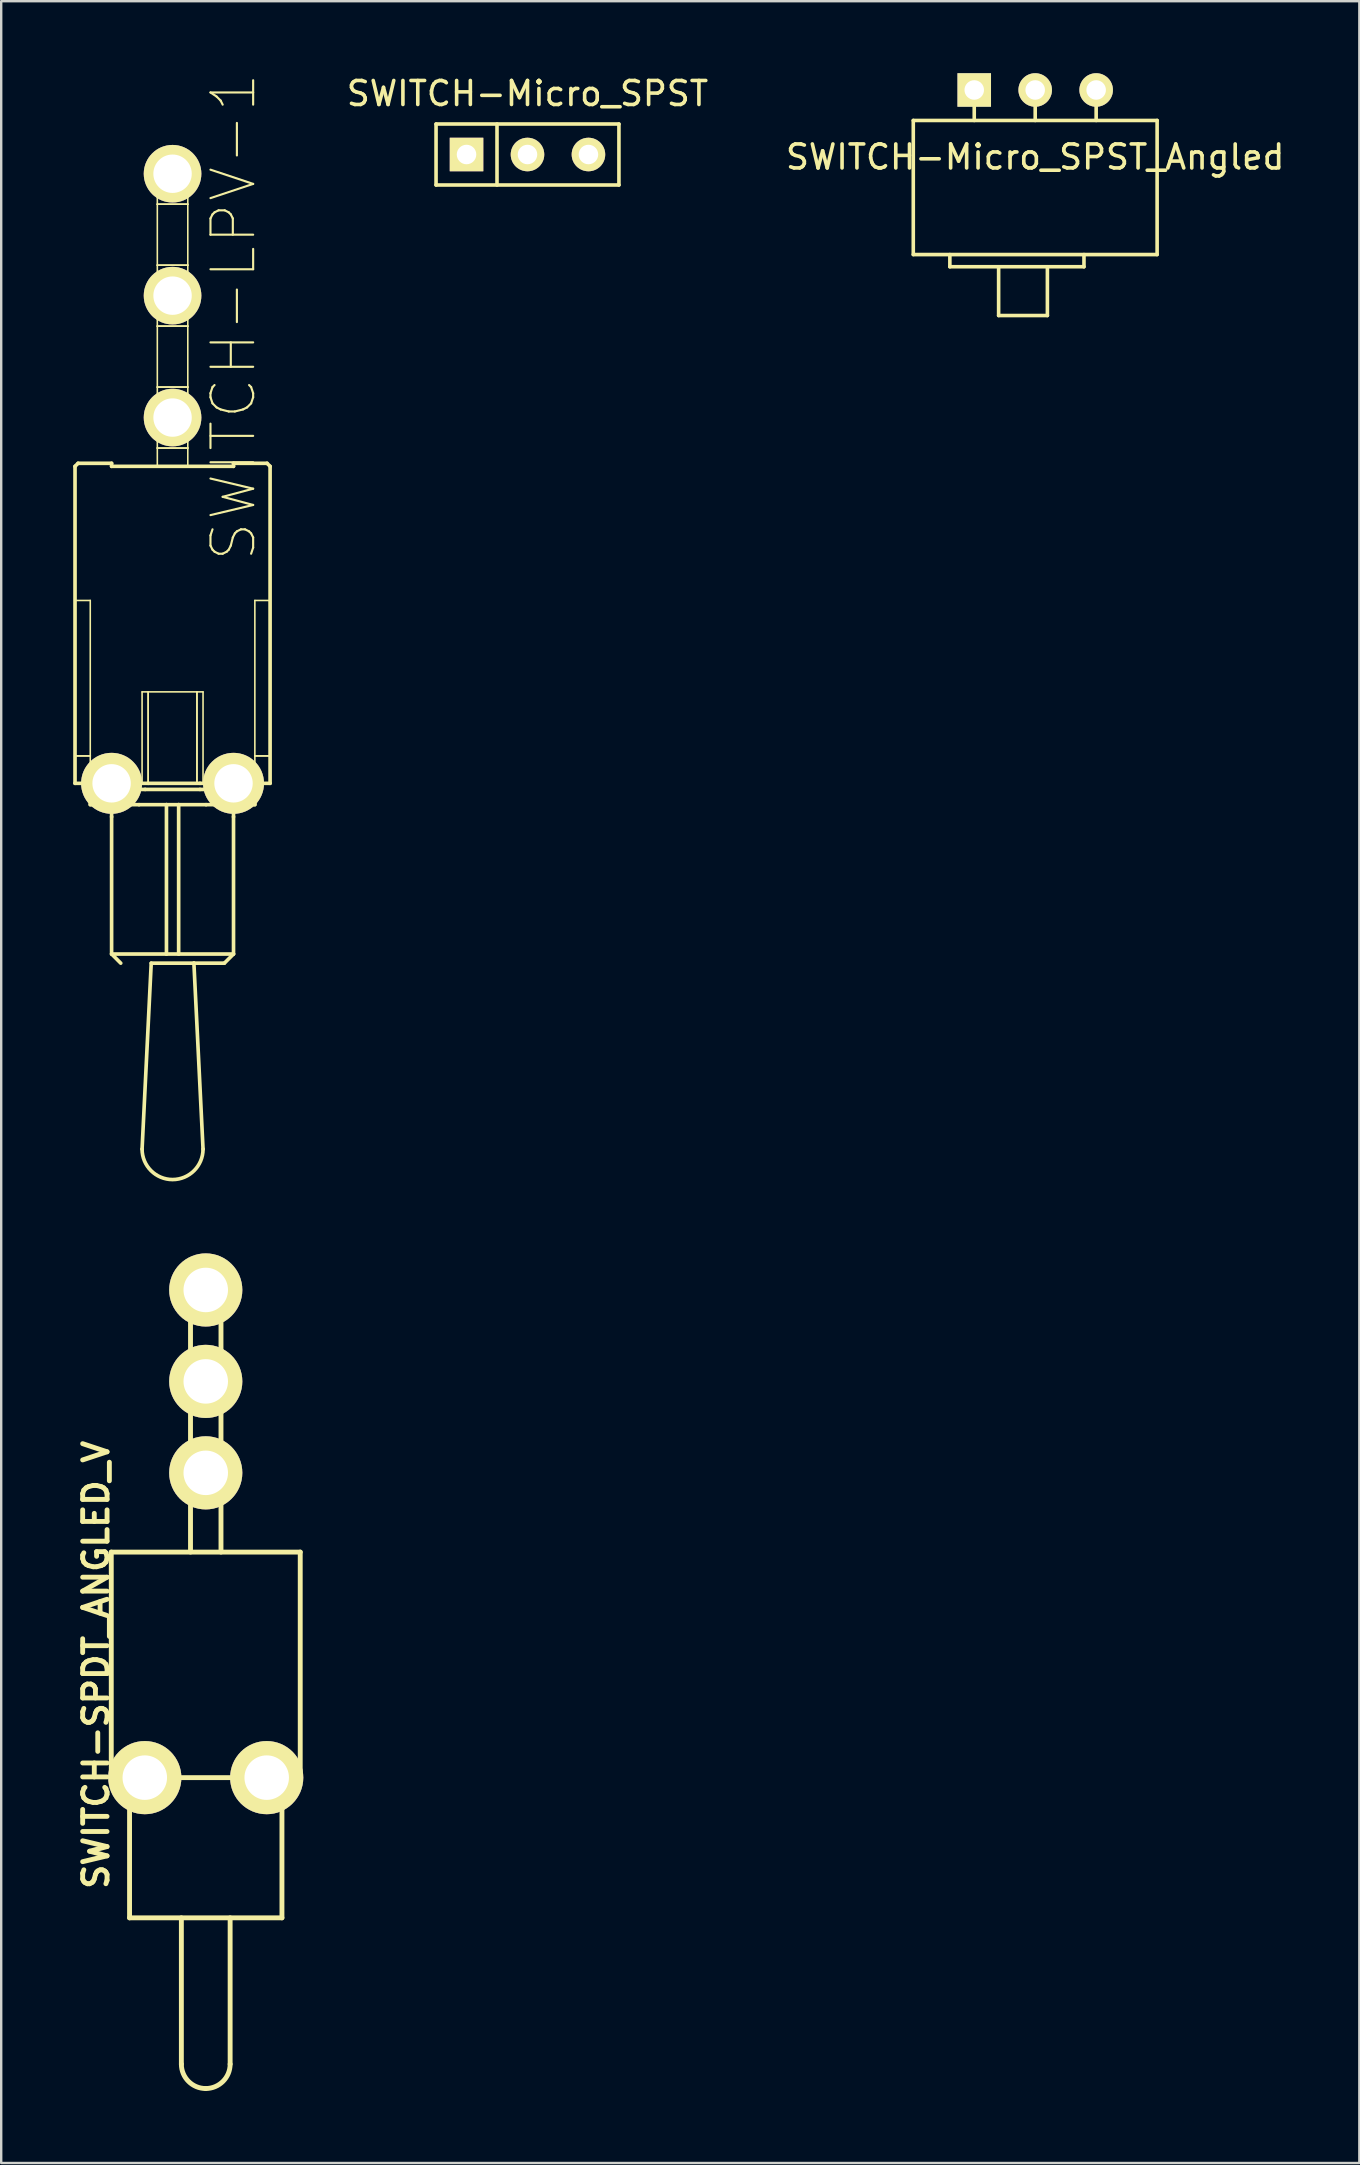
<source format=kicad_pcb>
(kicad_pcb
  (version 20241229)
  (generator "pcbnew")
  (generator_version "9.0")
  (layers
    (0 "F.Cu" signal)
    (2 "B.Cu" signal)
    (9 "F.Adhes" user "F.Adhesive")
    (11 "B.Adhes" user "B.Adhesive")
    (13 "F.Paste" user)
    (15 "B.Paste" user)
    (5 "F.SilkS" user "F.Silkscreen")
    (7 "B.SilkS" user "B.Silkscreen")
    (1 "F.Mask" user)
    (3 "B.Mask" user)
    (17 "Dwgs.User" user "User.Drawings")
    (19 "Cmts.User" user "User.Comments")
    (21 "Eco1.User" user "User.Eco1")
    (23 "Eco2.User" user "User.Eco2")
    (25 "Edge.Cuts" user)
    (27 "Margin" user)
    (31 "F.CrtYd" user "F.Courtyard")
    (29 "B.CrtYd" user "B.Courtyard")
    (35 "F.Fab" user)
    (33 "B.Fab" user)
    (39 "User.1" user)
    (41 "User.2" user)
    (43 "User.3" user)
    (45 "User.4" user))
  (footprint "SWITCH-Micro_SPST"
    (layer "F.Cu")
    (at 18.929 3.388)
    (property "Reference" "SWITCH-Micro_SPST" (at 0 -2.54 0) (layer "F.SilkS") (effects (font (size 1 1) (thickness 0.15))))
    (attr through_hole)
    (fp_line (start -3.81 -1.27) (end 3.81 -1.27) (stroke (width 0.15) (type solid)) (layer "F.SilkS"))
    (fp_line (start -3.81 1.27) (end -3.81 -1.27) (stroke (width 0.15) (type solid)) (layer "F.SilkS"))
    (fp_line (start -1.27 -1.27) (end -1.27 1.27) (stroke (width 0.15) (type solid)) (layer "F.SilkS"))
    (fp_line (start 3.81 -1.27) (end 3.81 1.27) (stroke (width 0.15) (type solid)) (layer "F.SilkS"))
    (fp_line (start 3.81 1.27) (end -3.81 1.27) (stroke (width 0.15) (type solid)) (layer "F.SilkS"))
    (pad "1" thru_hole rect (at -2.54 0) (size 1.397 1.397) (drill 0.813) (layers "*.Cu" "*.Mask" "F.SilkS"))
    (pad "2" thru_hole circle (at 0 0) (size 1.397 1.397) (drill 0.813) (layers "*.Cu" "*.Mask" "F.SilkS"))
    (pad "3" thru_hole circle (at 2.54 0) (size 1.397 1.397) (drill 0.813) (layers "*.Cu" "*.Mask" "F.SilkS")))
  (footprint "SWITCH-Micro_SPST_Angled"
    (layer "F.Cu")
    (at 40.084 0.699)
    (property "Reference" "SWITCH-Micro_SPST_Angled" (at 0 2.794 0) (layer "F.SilkS") (effects (font (size 1 1) (thickness 0.15))))
    (attr through_hole)
    (fp_line (start -5.08 1.27) (end -5.08 6.858) (stroke (width 0.15) (type solid)) (layer "F.SilkS"))
    (fp_line (start -5.08 1.27) (end 5.08 1.27) (stroke (width 0.15) (type solid)) (layer "F.SilkS"))
    (fp_line (start -3.556 6.858) (end -3.556 7.366) (stroke (width 0.15) (type solid)) (layer "F.SilkS"))
    (fp_line (start -3.556 7.366) (end 2.032 7.366) (stroke (width 0.15) (type solid)) (layer "F.SilkS"))
    (fp_line (start -2.54 0) (end -2.54 1.27) (stroke (width 0.15) (type solid)) (layer "F.SilkS"))
    (fp_line (start -1.524 7.366) (end -1.524 9.398) (stroke (width 0.15) (type solid)) (layer "F.SilkS"))
    (fp_line (start -1.524 9.398) (end 0.508 9.398) (stroke (width 0.15) (type solid)) (layer "F.SilkS"))
    (fp_line (start 0 0) (end 0 1.27) (stroke (width 0.15) (type solid)) (layer "F.SilkS"))
    (fp_line (start 0.508 7.366) (end 0.508 9.398) (stroke (width 0.15) (type solid)) (layer "F.SilkS"))
    (fp_line (start 2.032 7.366) (end 2.032 6.858) (stroke (width 0.15) (type solid)) (layer "F.SilkS"))
    (fp_line (start 2.54 0) (end 2.54 1.27) (stroke (width 0.15) (type solid)) (layer "F.SilkS"))
    (fp_line (start 5.08 1.27) (end 5.08 6.858) (stroke (width 0.15) (type solid)) (layer "F.SilkS"))
    (fp_line (start 5.08 6.858) (end -5.08 6.858) (stroke (width 0.15) (type solid)) (layer "F.SilkS"))
    (pad "1" thru_hole rect (at -2.54 0) (size 1.397 1.397) (drill 0.813) (layers "*.Cu" "*.Mask" "F.SilkS"))
    (pad "2" thru_hole circle (at 0 0) (size 1.397 1.397) (drill 0.813) (layers "*.Cu" "*.Mask" "F.SilkS"))
    (pad "3" thru_hole circle (at 2.54 0) (size 1.397 1.397) (drill 0.813) (layers "*.Cu" "*.Mask" "F.SilkS")))
  (footprint "SWITCH-LPV-1"
    (layer "F.Cu")
    (at 4.14 29.589)
    (property "Reference" "SWITCH-LPV-1" (at 2.54 -19.431 90) (layer "F.SilkS") (effects (font (size 1.778 1.778) (thickness 0.089))))
    (attr exclude_from_pos_files exclude_from_bom)
    (fp_line (start -4.064 -13.208) (end -3.937 -13.335) (stroke (width 0.152) (type solid)) (layer "F.SilkS"))
    (fp_line (start -4.064 -7.62) (end -3.429 -7.62) (stroke (width 0.066) (type solid)) (layer "F.SilkS"))
    (fp_line (start -4.064 -1.143) (end -4.064 -7.62) (stroke (width 0.066) (type solid)) (layer "F.SilkS"))
    (fp_line (start -4.064 -1.143) (end -3.429 -1.143) (stroke (width 0.066) (type solid)) (layer "F.SilkS"))
    (fp_line (start -4.064 -1.143) (end -3.429 -1.143) (stroke (width 0.066) (type solid)) (layer "F.SilkS"))
    (fp_line (start -4.064 0) (end -4.064 -13.208) (stroke (width 0.152) (type solid)) (layer "F.SilkS"))
    (fp_line (start -4.064 0) (end -4.064 -1.143) (stroke (width 0.066) (type solid)) (layer "F.SilkS"))
    (fp_line (start -4.064 0) (end -3.683 0) (stroke (width 0.152) (type solid)) (layer "F.SilkS"))
    (fp_line (start -4.064 0) (end -3.429 0) (stroke (width 0.066) (type solid)) (layer "F.SilkS"))
    (fp_line (start -3.937 -13.335) (end -2.54 -13.335) (stroke (width 0.152) (type solid)) (layer "F.SilkS"))
    (fp_line (start -3.683 0) (end -3.683 0.254) (stroke (width 0.152) (type solid)) (layer "F.SilkS"))
    (fp_line (start -3.429 -1.143) (end -3.429 -7.62) (stroke (width 0.066) (type solid)) (layer "F.SilkS"))
    (fp_line (start -3.429 0) (end -3.429 -1.143) (stroke (width 0.066) (type solid)) (layer "F.SilkS"))
    (fp_line (start -3.429 0.254) (end -3.683 0.254) (stroke (width 0.152) (type solid)) (layer "F.SilkS"))
    (fp_line (start -3.429 0.254) (end -3.429 0.889) (stroke (width 0.152) (type solid)) (layer "F.SilkS"))
    (fp_line (start -2.54 -13.208) (end -2.54 -13.335) (stroke (width 0.152) (type solid)) (layer "F.SilkS"))
    (fp_line (start -2.54 -13.208) (end 2.54 -13.208) (stroke (width 0.152) (type solid)) (layer "F.SilkS"))
    (fp_line (start -2.54 0.889) (end -3.429 0.889) (stroke (width 0.152) (type solid)) (layer "F.SilkS"))
    (fp_line (start -2.54 0.889) (end -2.54 1.397) (stroke (width 0.152) (type solid)) (layer "F.SilkS"))
    (fp_line (start -2.54 1.397) (end -2.54 7.112) (stroke (width 0.152) (type solid)) (layer "F.SilkS"))
    (fp_line (start -2.54 7.112) (end -2.159 7.493) (stroke (width 0.152) (type solid)) (layer "F.SilkS"))
    (fp_line (start -1.397 0.889) (end -2.54 0.889) (stroke (width 0.152) (type solid)) (layer "F.SilkS"))
    (fp_line (start -1.397 0.889) (end -0.254 0.889) (stroke (width 0.152) (type solid)) (layer "F.SilkS"))
    (fp_line (start -1.27 -3.81) (end -1.016 -3.81) (stroke (width 0.066) (type solid)) (layer "F.SilkS"))
    (fp_line (start -1.27 0) (end -1.27 -3.81) (stroke (width 0.066) (type solid)) (layer "F.SilkS"))
    (fp_line (start -1.27 0) (end -1.016 0) (stroke (width 0.066) (type solid)) (layer "F.SilkS"))
    (fp_line (start -1.143 0.254) (end -3.429 0.254) (stroke (width 0.152) (type solid)) (layer "F.SilkS"))
    (fp_line (start -1.143 0.254) (end 1.143 0.254) (stroke (width 0.152) (type solid)) (layer "F.SilkS"))
    (fp_line (start -1.016 -3.81) (end 1.016 -3.81) (stroke (width 0.066) (type solid)) (layer "F.SilkS"))
    (fp_line (start -1.016 0) (end -3.683 0) (stroke (width 0.152) (type solid)) (layer "F.SilkS"))
    (fp_line (start -1.016 0) (end -1.016 -3.81) (stroke (width 0.066) (type solid)) (layer "F.SilkS"))
    (fp_line (start -1.016 0) (end -1.016 -3.81) (stroke (width 0.066) (type solid)) (layer "F.SilkS"))
    (fp_line (start -1.016 0) (end 1.016 0) (stroke (width 0.066) (type solid)) (layer "F.SilkS"))
    (fp_line (start -1.016 0) (end 1.143 0) (stroke (width 0.152) (type solid)) (layer "F.SilkS"))
    (fp_line (start -0.889 7.493) (end -1.27 15.24) (stroke (width 0.152) (type solid)) (layer "F.SilkS"))
    (fp_line (start -0.889 7.493) (end 0.889 7.493) (stroke (width 0.152) (type solid)) (layer "F.SilkS"))
    (fp_line (start -0.635 -25.778) (end 0.635 -25.778) (stroke (width 0.066) (type solid)) (layer "F.SilkS"))
    (fp_line (start -0.635 -24.13) (end -0.635 -25.778) (stroke (width 0.066) (type solid)) (layer "F.SilkS"))
    (fp_line (start -0.635 -24.13) (end 0.635 -24.13) (stroke (width 0.066) (type solid)) (layer "F.SilkS"))
    (fp_line (start -0.635 -24.13) (end 0.635 -24.13) (stroke (width 0.066) (type solid)) (layer "F.SilkS"))
    (fp_line (start -0.635 -21.59) (end -0.635 -24.13) (stroke (width 0.066) (type solid)) (layer "F.SilkS"))
    (fp_line (start -0.635 -21.59) (end 0.635 -21.59) (stroke (width 0.066) (type solid)) (layer "F.SilkS"))
    (fp_line (start -0.635 -21.59) (end 0.635 -21.59) (stroke (width 0.066) (type solid)) (layer "F.SilkS"))
    (fp_line (start -0.635 -19.05) (end -0.635 -21.59) (stroke (width 0.066) (type solid)) (layer "F.SilkS"))
    (fp_line (start -0.635 -19.05) (end 0.635 -19.05) (stroke (width 0.066) (type solid)) (layer "F.SilkS"))
    (fp_line (start -0.635 -19.05) (end 0.635 -19.05) (stroke (width 0.066) (type solid)) (layer "F.SilkS"))
    (fp_line (start -0.635 -16.51) (end -0.635 -19.05) (stroke (width 0.066) (type solid)) (layer "F.SilkS"))
    (fp_line (start -0.635 -16.51) (end 0.635 -16.51) (stroke (width 0.066) (type solid)) (layer "F.SilkS"))
    (fp_line (start -0.635 -16.51) (end 0.635 -16.51) (stroke (width 0.066) (type solid)) (layer "F.SilkS"))
    (fp_line (start -0.635 -13.97) (end -0.635 -16.51) (stroke (width 0.066) (type solid)) (layer "F.SilkS"))
    (fp_line (start -0.635 -13.97) (end 0.635 -13.97) (stroke (width 0.066) (type solid)) (layer "F.SilkS"))
    (fp_line (start -0.635 -13.97) (end 0.635 -13.97) (stroke (width 0.066) (type solid)) (layer "F.SilkS"))
    (fp_line (start -0.635 -13.208) (end -0.635 -13.97) (stroke (width 0.066) (type solid)) (layer "F.SilkS"))
    (fp_line (start -0.635 -13.208) (end 0.635 -13.208) (stroke (width 0.066) (type solid)) (layer "F.SilkS"))
    (fp_line (start -0.254 7.112) (end -2.54 7.112) (stroke (width 0.152) (type solid)) (layer "F.SilkS"))
    (fp_line (start -0.254 7.112) (end -0.254 0.889) (stroke (width 0.152) (type solid)) (layer "F.SilkS"))
    (fp_line (start 0.254 0.889) (end -0.254 0.889) (stroke (width 0.152) (type solid)) (layer "F.SilkS"))
    (fp_line (start 0.254 7.112) (end -0.254 7.112) (stroke (width 0.152) (type solid)) (layer "F.SilkS"))
    (fp_line (start 0.254 7.112) (end 0.254 0.889) (stroke (width 0.152) (type solid)) (layer "F.SilkS"))
    (fp_line (start 0.635 -24.13) (end 0.635 -25.778) (stroke (width 0.066) (type solid)) (layer "F.SilkS"))
    (fp_line (start 0.635 -21.59) (end 0.635 -24.13) (stroke (width 0.066) (type solid)) (layer "F.SilkS"))
    (fp_line (start 0.635 -19.05) (end 0.635 -21.59) (stroke (width 0.066) (type solid)) (layer "F.SilkS"))
    (fp_line (start 0.635 -16.51) (end 0.635 -19.05) (stroke (width 0.066) (type solid)) (layer "F.SilkS"))
    (fp_line (start 0.635 -13.97) (end 0.635 -16.51) (stroke (width 0.066) (type solid)) (layer "F.SilkS"))
    (fp_line (start 0.635 -13.208) (end 0.635 -13.97) (stroke (width 0.066) (type solid)) (layer "F.SilkS"))
    (fp_line (start 0.889 7.493) (end 2.159 7.493) (stroke (width 0.152) (type solid)) (layer "F.SilkS"))
    (fp_line (start 1.016 -3.81) (end 1.27 -3.81) (stroke (width 0.066) (type solid)) (layer "F.SilkS"))
    (fp_line (start 1.016 0) (end 1.016 -3.81) (stroke (width 0.066) (type solid)) (layer "F.SilkS"))
    (fp_line (start 1.016 0) (end 1.016 -3.81) (stroke (width 0.066) (type solid)) (layer "F.SilkS"))
    (fp_line (start 1.016 0) (end 1.27 0) (stroke (width 0.066) (type solid)) (layer "F.SilkS"))
    (fp_line (start 1.27 0) (end 1.27 -3.81) (stroke (width 0.066) (type solid)) (layer "F.SilkS"))
    (fp_line (start 1.27 15.24) (end 0.889 7.493) (stroke (width 0.152) (type solid)) (layer "F.SilkS"))
    (fp_line (start 1.397 0.889) (end 0.254 0.889) (stroke (width 0.152) (type solid)) (layer "F.SilkS"))
    (fp_line (start 2.54 -13.208) (end 2.54 -13.335) (stroke (width 0.152) (type solid)) (layer "F.SilkS"))
    (fp_line (start 2.54 0.889) (end 1.397 0.889) (stroke (width 0.152) (type solid)) (layer "F.SilkS"))
    (fp_line (start 2.54 0.889) (end 2.54 1.397) (stroke (width 0.152) (type solid)) (layer "F.SilkS"))
    (fp_line (start 2.54 1.397) (end 2.54 7.112) (stroke (width 0.152) (type solid)) (layer "F.SilkS"))
    (fp_line (start 2.54 7.112) (end 0.254 7.112) (stroke (width 0.152) (type solid)) (layer "F.SilkS"))
    (fp_line (start 2.54 7.112) (end 2.159 7.493) (stroke (width 0.152) (type solid)) (layer "F.SilkS"))
    (fp_line (start 3.429 -7.62) (end 4.064 -7.62) (stroke (width 0.066) (type solid)) (layer "F.SilkS"))
    (fp_line (start 3.429 -1.143) (end 3.429 -7.62) (stroke (width 0.066) (type solid)) (layer "F.SilkS"))
    (fp_line (start 3.429 -1.143) (end 4.064 -1.143) (stroke (width 0.066) (type solid)) (layer "F.SilkS"))
    (fp_line (start 3.429 -1.143) (end 4.064 -1.143) (stroke (width 0.066) (type solid)) (layer "F.SilkS"))
    (fp_line (start 3.429 0) (end 3.429 -1.143) (stroke (width 0.066) (type solid)) (layer "F.SilkS"))
    (fp_line (start 3.429 0) (end 4.064 0) (stroke (width 0.066) (type solid)) (layer "F.SilkS"))
    (fp_line (start 3.429 0.254) (end 1.143 0.254) (stroke (width 0.152) (type solid)) (layer "F.SilkS"))
    (fp_line (start 3.429 0.889) (end 2.54 0.889) (stroke (width 0.152) (type solid)) (layer "F.SilkS"))
    (fp_line (start 3.429 0.889) (end 3.429 0.254) (stroke (width 0.152) (type solid)) (layer "F.SilkS"))
    (fp_line (start 3.683 0) (end 1.143 0) (stroke (width 0.152) (type solid)) (layer "F.SilkS"))
    (fp_line (start 3.683 0) (end 4.064 0) (stroke (width 0.152) (type solid)) (layer "F.SilkS"))
    (fp_line (start 3.683 0.254) (end 3.429 0.254) (stroke (width 0.152) (type solid)) (layer "F.SilkS"))
    (fp_line (start 3.683 0.254) (end 3.683 0) (stroke (width 0.152) (type solid)) (layer "F.SilkS"))
    (fp_line (start 3.937 -13.335) (end 2.54 -13.335) (stroke (width 0.152) (type solid)) (layer "F.SilkS"))
    (fp_line (start 3.937 -13.335) (end 4.064 -13.208) (stroke (width 0.152) (type solid)) (layer "F.SilkS"))
    (fp_line (start 4.064 -13.208) (end 4.064 0) (stroke (width 0.152) (type solid)) (layer "F.SilkS"))
    (fp_line (start 4.064 -1.143) (end 4.064 -7.62) (stroke (width 0.066) (type solid)) (layer "F.SilkS"))
    (fp_line (start 4.064 0) (end 4.064 -1.143) (stroke (width 0.066) (type solid)) (layer "F.SilkS"))
    (fp_arc (start 1.27 15.24) (mid 0 16.51) (end -1.27 15.24) (stroke (width 0.1524) (type solid)) (layer "F.SilkS"))
    (pad "1" thru_hole circle (at 0 -15.24) (size 2.4 2.4) (drill 1.6) (layers "*.Cu" "F.Mask" "F.SilkS" "F.Paste"))
    (pad "2" thru_hole circle (at 0 -20.32) (size 2.4 2.4) (drill 1.6) (layers "*.Cu" "F.Mask" "F.SilkS" "F.Paste"))
    (pad "3" thru_hole circle (at 0 -25.4) (size 2.4 2.4) (drill 1.6) (layers "*.Cu" "F.Mask" "F.SilkS" "F.Paste"))
    (pad "B" thru_hole circle (at -2.54 0) (size 2.54 2.54) (drill 1.6) (layers "*.Cu" "F.Mask" "F.SilkS" "F.Paste"))
    (pad "B1" thru_hole circle (at 2.54 0) (size 2.54 2.54) (drill 1.6) (layers "*.Cu" "F.Mask" "F.SilkS" "F.Paste")))
  (footprint "SWITCH-SPDT_ANGLED_V"
    (layer "F.Cu")
    (at 5.523 71.019)
    (property "Reference" "SWITCH-SPDT_ANGLED_V" (at -4.572 -4.699 90) (layer "F.SilkS") (effects (font (size 1.016 1.016) (thickness 0.203))))
    (attr through_hole)
    (fp_line (start -3.937 -9.398) (end 3.937 -9.398) (stroke (width 0.203) (type solid)) (layer "F.SilkS"))
    (fp_line (start -3.937 0) (end -3.937 -9.398) (stroke (width 0.203) (type solid)) (layer "F.SilkS"))
    (fp_line (start -3.175 5.842) (end -3.175 0) (stroke (width 0.203) (type solid)) (layer "F.SilkS"))
    (fp_line (start -1.016 5.842) (end -1.016 11.938) (stroke (width 0.203) (type solid)) (layer "F.SilkS"))
    (fp_line (start -0.635 -20.574) (end -0.635 -12.954) (stroke (width 0.203) (type solid)) (layer "F.SilkS"))
    (fp_line (start -0.635 -16.764) (end 0.635 -16.764) (stroke (width 0.203) (type solid)) (layer "F.SilkS"))
    (fp_line (start -0.635 -12.954) (end -0.635 -9.398) (stroke (width 0.203) (type solid)) (layer "F.SilkS"))
    (fp_line (start 0.635 -20.574) (end -0.635 -20.574) (stroke (width 0.203) (type solid)) (layer "F.SilkS"))
    (fp_line (start 0.635 -12.954) (end -0.635 -12.954) (stroke (width 0.203) (type solid)) (layer "F.SilkS"))
    (fp_line (start 0.635 -12.954) (end 0.635 -20.574) (stroke (width 0.203) (type solid)) (layer "F.SilkS"))
    (fp_line (start 0.635 -12.954) (end 0.635 -9.398) (stroke (width 0.203) (type solid)) (layer "F.SilkS"))
    (fp_line (start 1.016 5.842) (end 1.016 11.938) (stroke (width 0.203) (type solid)) (layer "F.SilkS"))
    (fp_line (start 3.175 0) (end 3.175 5.842) (stroke (width 0.203) (type solid)) (layer "F.SilkS"))
    (fp_line (start 3.175 5.842) (end -3.175 5.842) (stroke (width 0.203) (type solid)) (layer "F.SilkS"))
    (fp_line (start 3.937 -9.398) (end 3.937 0) (stroke (width 0.203) (type solid)) (layer "F.SilkS"))
    (fp_line (start 3.937 0) (end -3.937 0) (stroke (width 0.203) (type solid)) (layer "F.SilkS"))
    (fp_arc (start 0 12.954) (mid -0.71842 12.65642) (end -1.016 11.938) (stroke (width 0.2032) (type solid)) (layer "F.SilkS"))
    (fp_arc (start 1.016 11.938) (mid 0.71842 12.65642) (end 0 12.954) (stroke (width 0.2032) (type solid)) (layer "F.SilkS"))
    (pad "" thru_hole circle (at -2.54 0) (size 3.048 3.048) (drill 1.854) (layers "*.Cu" "*.Mask" "F.SilkS"))
    (pad "" thru_hole circle (at 2.54 0) (size 3.048 3.048) (drill 1.854) (layers "*.Cu" "*.Mask" "F.SilkS"))
    (pad "1" thru_hole circle (at 0 -12.7) (size 3.048 3.048) (drill 1.854) (layers "*.Cu" "*.Mask" "F.SilkS"))
    (pad "2" thru_hole circle (at 0 -16.51) (size 3.048 3.048) (drill 1.854) (layers "*.Cu" "*.Mask" "F.SilkS"))
    (pad "3" thru_hole circle (at 0 -20.32) (size 3.048 3.048) (drill 1.854) (layers "*.Cu" "*.Mask" "F.SilkS")))
  (gr_rect
    (start -3 -3)
    (end 53.59 87.075)
    (stroke (width 0.1) (type default))
    (fill no)
    (layer "Edge.Cuts")))
</source>
